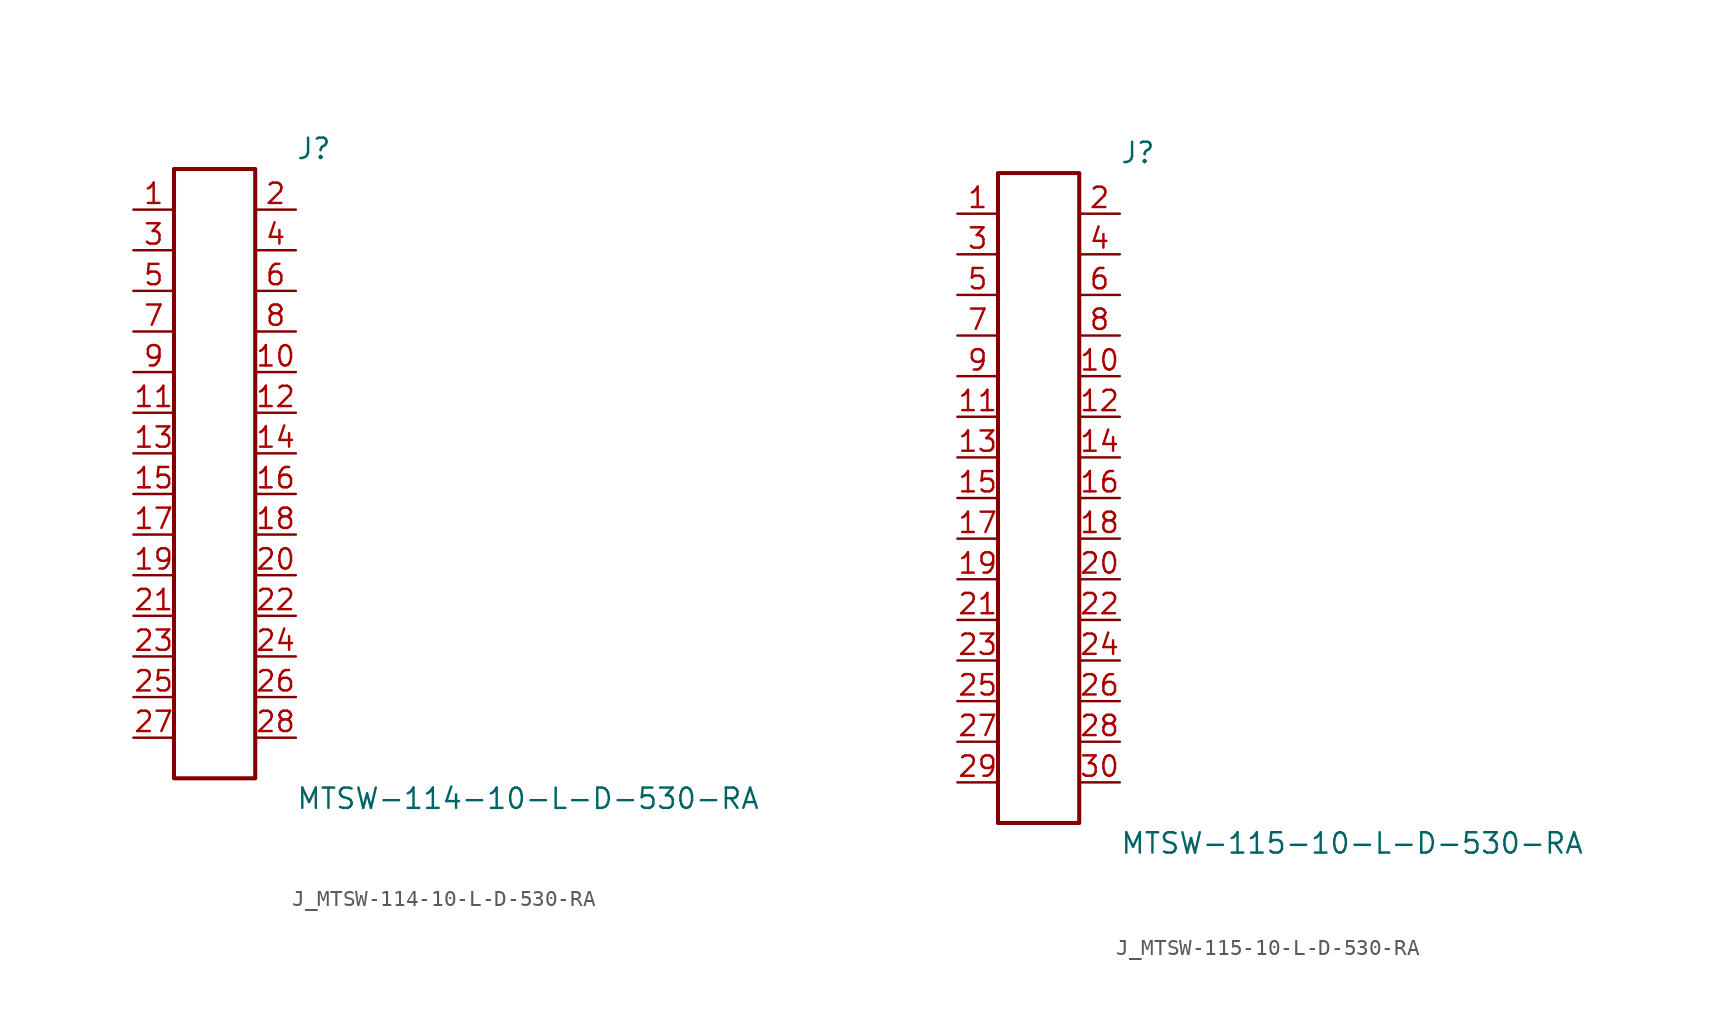
<source format=kicad_sym>
(kicad_symbol_lib
  (version 20231120)
  (generator kicad_symbol_editor)
  (generator_version 8.0)
  (symbol "J_MTSW-114-10-L-D-530-RA"
    (pin_names
      (offset 0.254))
    (property "Reference" "J"
      (at 5.08 20.32 0)
      (effects (font (size 1.27 1.27)) (justify left)))
    (property "Value" "MTSW-114-10-L-D-530-RA"
      (at 5.08 -20.32 0)
      (effects (font (size 1.27 1.27)) (justify left)))
    (symbol "J_MTSW-114-10-L-D-530-RA_0_0"
      (pin passive line (at -5.08 16.51 0) (length 2.54) (name "" (effects (font (size 1.27 1.27)))) (number "1" (effects (font (size 1.27 1.27)))))
      (pin passive line (at 5.08 16.51 180) (length 2.54) (name "" (effects (font (size 1.27 1.27)))) (number "2" (effects (font (size 1.27 1.27)))))
      (pin passive line (at -5.08 13.97 0) (length 2.54) (name "" (effects (font (size 1.27 1.27)))) (number "3" (effects (font (size 1.27 1.27)))))
      (pin passive line (at 5.08 13.97 180) (length 2.54) (name "" (effects (font (size 1.27 1.27)))) (number "4" (effects (font (size 1.27 1.27)))))
      (pin passive line (at -5.08 11.43 0) (length 2.54) (name "" (effects (font (size 1.27 1.27)))) (number "5" (effects (font (size 1.27 1.27)))))
      (pin passive line (at 5.08 11.43 180) (length 2.54) (name "" (effects (font (size 1.27 1.27)))) (number "6" (effects (font (size 1.27 1.27)))))
      (pin passive line (at -5.08 8.89 0) (length 2.54) (name "" (effects (font (size 1.27 1.27)))) (number "7" (effects (font (size 1.27 1.27)))))
      (pin passive line (at 5.08 8.89 180) (length 2.54) (name "" (effects (font (size 1.27 1.27)))) (number "8" (effects (font (size 1.27 1.27)))))
      (pin passive line (at -5.08 6.35 0) (length 2.54) (name "" (effects (font (size 1.27 1.27)))) (number "9" (effects (font (size 1.27 1.27)))))
      (pin passive line (at 5.08 6.35 180) (length 2.54) (name "" (effects (font (size 1.27 1.27)))) (number "10" (effects (font (size 1.27 1.27)))))
      (pin passive line (at -5.08 3.81 0) (length 2.54) (name "" (effects (font (size 1.27 1.27)))) (number "11" (effects (font (size 1.27 1.27)))))
      (pin passive line (at 5.08 3.81 180) (length 2.54) (name "" (effects (font (size 1.27 1.27)))) (number "12" (effects (font (size 1.27 1.27)))))
      (pin passive line (at -5.08 1.27 0) (length 2.54) (name "" (effects (font (size 1.27 1.27)))) (number "13" (effects (font (size 1.27 1.27)))))
      (pin passive line (at 5.08 1.27 180) (length 2.54) (name "" (effects (font (size 1.27 1.27)))) (number "14" (effects (font (size 1.27 1.27)))))
      (pin passive line (at -5.08 -1.27 0) (length 2.54) (name "" (effects (font (size 1.27 1.27)))) (number "15" (effects (font (size 1.27 1.27)))))
      (pin passive line (at 5.08 -1.27 180) (length 2.54) (name "" (effects (font (size 1.27 1.27)))) (number "16" (effects (font (size 1.27 1.27)))))
      (pin passive line (at -5.08 -3.81 0) (length 2.54) (name "" (effects (font (size 1.27 1.27)))) (number "17" (effects (font (size 1.27 1.27)))))
      (pin passive line (at 5.08 -3.81 180) (length 2.54) (name "" (effects (font (size 1.27 1.27)))) (number "18" (effects (font (size 1.27 1.27)))))
      (pin passive line (at -5.08 -6.35 0) (length 2.54) (name "" (effects (font (size 1.27 1.27)))) (number "19" (effects (font (size 1.27 1.27)))))
      (pin passive line (at 5.08 -6.35 180) (length 2.54) (name "" (effects (font (size 1.27 1.27)))) (number "20" (effects (font (size 1.27 1.27)))))
      (pin passive line (at -5.08 -8.89 0) (length 2.54) (name "" (effects (font (size 1.27 1.27)))) (number "21" (effects (font (size 1.27 1.27)))))
      (pin passive line (at 5.08 -8.89 180) (length 2.54) (name "" (effects (font (size 1.27 1.27)))) (number "22" (effects (font (size 1.27 1.27)))))
      (pin passive line (at -5.08 -11.43 0) (length 2.54) (name "" (effects (font (size 1.27 1.27)))) (number "23" (effects (font (size 1.27 1.27)))))
      (pin passive line (at 5.08 -11.43 180) (length 2.54) (name "" (effects (font (size 1.27 1.27)))) (number "24" (effects (font (size 1.27 1.27)))))
      (pin passive line (at -5.08 -13.97 0) (length 2.54) (name "" (effects (font (size 1.27 1.27)))) (number "25" (effects (font (size 1.27 1.27)))))
      (pin passive line (at 5.08 -13.97 180) (length 2.54) (name "" (effects (font (size 1.27 1.27)))) (number "26" (effects (font (size 1.27 1.27)))))
      (pin passive line (at -5.08 -16.51 0) (length 2.54) (name "" (effects (font (size 1.27 1.27)))) (number "27" (effects (font (size 1.27 1.27)))))
      (pin passive line (at 5.08 -16.51 180) (length 2.54) (name "" (effects (font (size 1.27 1.27)))) (number "28" (effects (font (size 1.27 1.27))))))
    (symbol "J_MTSW-114-10-L-D-530-RA_1_0"
      (rectangle (start -2.54 19.05) (end 2.54 -19.05) (stroke (width 0.254) (type solid)) (fill (type none)))))
  (symbol "J_MTSW-115-10-L-D-530-RA"
    (pin_names
      (offset 0.254))
    (property "Reference" "J"
      (at 5.08 21.59 0)
      (effects (font (size 1.27 1.27)) (justify left)))
    (property "Value" "MTSW-115-10-L-D-530-RA"
      (at 5.08 -21.59 0)
      (effects (font (size 1.27 1.27)) (justify left)))
    (symbol "J_MTSW-115-10-L-D-530-RA_0_0"
      (pin passive line (at -5.08 17.78 0) (length 2.54) (name "" (effects (font (size 1.27 1.27)))) (number "1" (effects (font (size 1.27 1.27)))))
      (pin passive line (at 5.08 17.78 180) (length 2.54) (name "" (effects (font (size 1.27 1.27)))) (number "2" (effects (font (size 1.27 1.27)))))
      (pin passive line (at -5.08 15.24 0) (length 2.54) (name "" (effects (font (size 1.27 1.27)))) (number "3" (effects (font (size 1.27 1.27)))))
      (pin passive line (at 5.08 15.24 180) (length 2.54) (name "" (effects (font (size 1.27 1.27)))) (number "4" (effects (font (size 1.27 1.27)))))
      (pin passive line (at -5.08 12.7 0) (length 2.54) (name "" (effects (font (size 1.27 1.27)))) (number "5" (effects (font (size 1.27 1.27)))))
      (pin passive line (at 5.08 12.7 180) (length 2.54) (name "" (effects (font (size 1.27 1.27)))) (number "6" (effects (font (size 1.27 1.27)))))
      (pin passive line (at -5.08 10.16 0) (length 2.54) (name "" (effects (font (size 1.27 1.27)))) (number "7" (effects (font (size 1.27 1.27)))))
      (pin passive line (at 5.08 10.16 180) (length 2.54) (name "" (effects (font (size 1.27 1.27)))) (number "8" (effects (font (size 1.27 1.27)))))
      (pin passive line (at -5.08 7.62 0) (length 2.54) (name "" (effects (font (size 1.27 1.27)))) (number "9" (effects (font (size 1.27 1.27)))))
      (pin passive line (at 5.08 7.62 180) (length 2.54) (name "" (effects (font (size 1.27 1.27)))) (number "10" (effects (font (size 1.27 1.27)))))
      (pin passive line (at -5.08 5.08 0) (length 2.54) (name "" (effects (font (size 1.27 1.27)))) (number "11" (effects (font (size 1.27 1.27)))))
      (pin passive line (at 5.08 5.08 180) (length 2.54) (name "" (effects (font (size 1.27 1.27)))) (number "12" (effects (font (size 1.27 1.27)))))
      (pin passive line (at -5.08 2.54 0) (length 2.54) (name "" (effects (font (size 1.27 1.27)))) (number "13" (effects (font (size 1.27 1.27)))))
      (pin passive line (at 5.08 2.54 180) (length 2.54) (name "" (effects (font (size 1.27 1.27)))) (number "14" (effects (font (size 1.27 1.27)))))
      (pin passive line (at -5.08 0.0 0) (length 2.54) (name "" (effects (font (size 1.27 1.27)))) (number "15" (effects (font (size 1.27 1.27)))))
      (pin passive line (at 5.08 0.0 180) (length 2.54) (name "" (effects (font (size 1.27 1.27)))) (number "16" (effects (font (size 1.27 1.27)))))
      (pin passive line (at -5.08 -2.54 0) (length 2.54) (name "" (effects (font (size 1.27 1.27)))) (number "17" (effects (font (size 1.27 1.27)))))
      (pin passive line (at 5.08 -2.54 180) (length 2.54) (name "" (effects (font (size 1.27 1.27)))) (number "18" (effects (font (size 1.27 1.27)))))
      (pin passive line (at -5.08 -5.08 0) (length 2.54) (name "" (effects (font (size 1.27 1.27)))) (number "19" (effects (font (size 1.27 1.27)))))
      (pin passive line (at 5.08 -5.08 180) (length 2.54) (name "" (effects (font (size 1.27 1.27)))) (number "20" (effects (font (size 1.27 1.27)))))
      (pin passive line (at -5.08 -7.62 0) (length 2.54) (name "" (effects (font (size 1.27 1.27)))) (number "21" (effects (font (size 1.27 1.27)))))
      (pin passive line (at 5.08 -7.62 180) (length 2.54) (name "" (effects (font (size 1.27 1.27)))) (number "22" (effects (font (size 1.27 1.27)))))
      (pin passive line (at -5.08 -10.16 0) (length 2.54) (name "" (effects (font (size 1.27 1.27)))) (number "23" (effects (font (size 1.27 1.27)))))
      (pin passive line (at 5.08 -10.16 180) (length 2.54) (name "" (effects (font (size 1.27 1.27)))) (number "24" (effects (font (size 1.27 1.27)))))
      (pin passive line (at -5.08 -12.7 0) (length 2.54) (name "" (effects (font (size 1.27 1.27)))) (number "25" (effects (font (size 1.27 1.27)))))
      (pin passive line (at 5.08 -12.7 180) (length 2.54) (name "" (effects (font (size 1.27 1.27)))) (number "26" (effects (font (size 1.27 1.27)))))
      (pin passive line (at -5.08 -15.24 0) (length 2.54) (name "" (effects (font (size 1.27 1.27)))) (number "27" (effects (font (size 1.27 1.27)))))
      (pin passive line (at 5.08 -15.24 180) (length 2.54) (name "" (effects (font (size 1.27 1.27)))) (number "28" (effects (font (size 1.27 1.27)))))
      (pin passive line (at -5.08 -17.78 0) (length 2.54) (name "" (effects (font (size 1.27 1.27)))) (number "29" (effects (font (size 1.27 1.27)))))
      (pin passive line (at 5.08 -17.78 180) (length 2.54) (name "" (effects (font (size 1.27 1.27)))) (number "30" (effects (font (size 1.27 1.27))))))
    (symbol "J_MTSW-115-10-L-D-530-RA_1_0"
      (rectangle (start -2.54 20.32) (end 2.54 -20.32) (stroke (width 0.254) (type solid)) (fill (type none))))))
</source>
